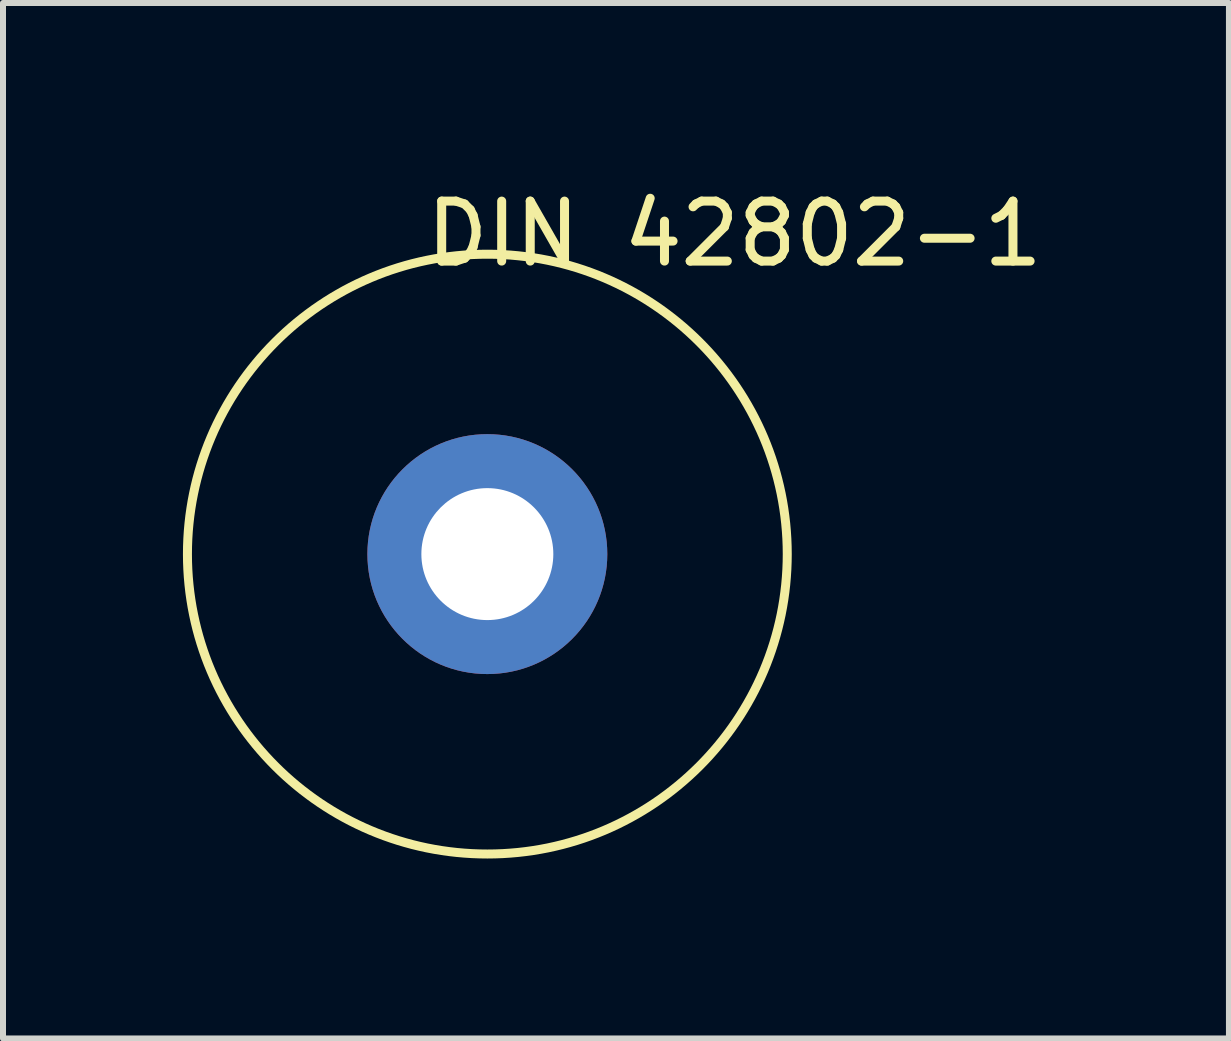
<source format=kicad_pcb>
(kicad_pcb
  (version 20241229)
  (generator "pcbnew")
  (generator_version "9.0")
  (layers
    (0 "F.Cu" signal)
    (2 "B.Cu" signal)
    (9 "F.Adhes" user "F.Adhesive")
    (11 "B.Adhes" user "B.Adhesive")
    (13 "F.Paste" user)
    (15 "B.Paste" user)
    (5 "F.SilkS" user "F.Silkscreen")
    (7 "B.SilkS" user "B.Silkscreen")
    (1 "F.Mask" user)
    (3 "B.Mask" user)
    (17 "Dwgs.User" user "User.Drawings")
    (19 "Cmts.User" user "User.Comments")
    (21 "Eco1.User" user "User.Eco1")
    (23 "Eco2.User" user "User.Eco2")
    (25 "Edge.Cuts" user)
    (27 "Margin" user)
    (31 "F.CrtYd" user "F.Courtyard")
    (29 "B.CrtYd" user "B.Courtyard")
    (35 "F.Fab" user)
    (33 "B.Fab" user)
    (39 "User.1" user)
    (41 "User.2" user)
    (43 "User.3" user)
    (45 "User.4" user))
  (footprint "DIN 42802-1"
    (layer "F.Cu")
    (at 5.075 6.188)
    (property "Reference" "DIN 42802-1" (at 4.12 -5.34 0) (layer "F.SilkS") (effects (font (size 1 1) (thickness 0.15))))
    (attr through_hole)
    (fp_circle (center 0 0) (end 5 0) (stroke (width 0.15) (type solid)) (fill no) (layer "F.SilkS"))
    (pad "1" thru_hole circle (at 0 0) (size 4 4) (drill 2.2) (layers "*.Cu" "*.Mask")))
  (gr_rect
    (start -3 -3)
    (end 17.439 14.263)
    (stroke (width 0.1) (type default))
    (fill no)
    (layer "Edge.Cuts")))
</source>
